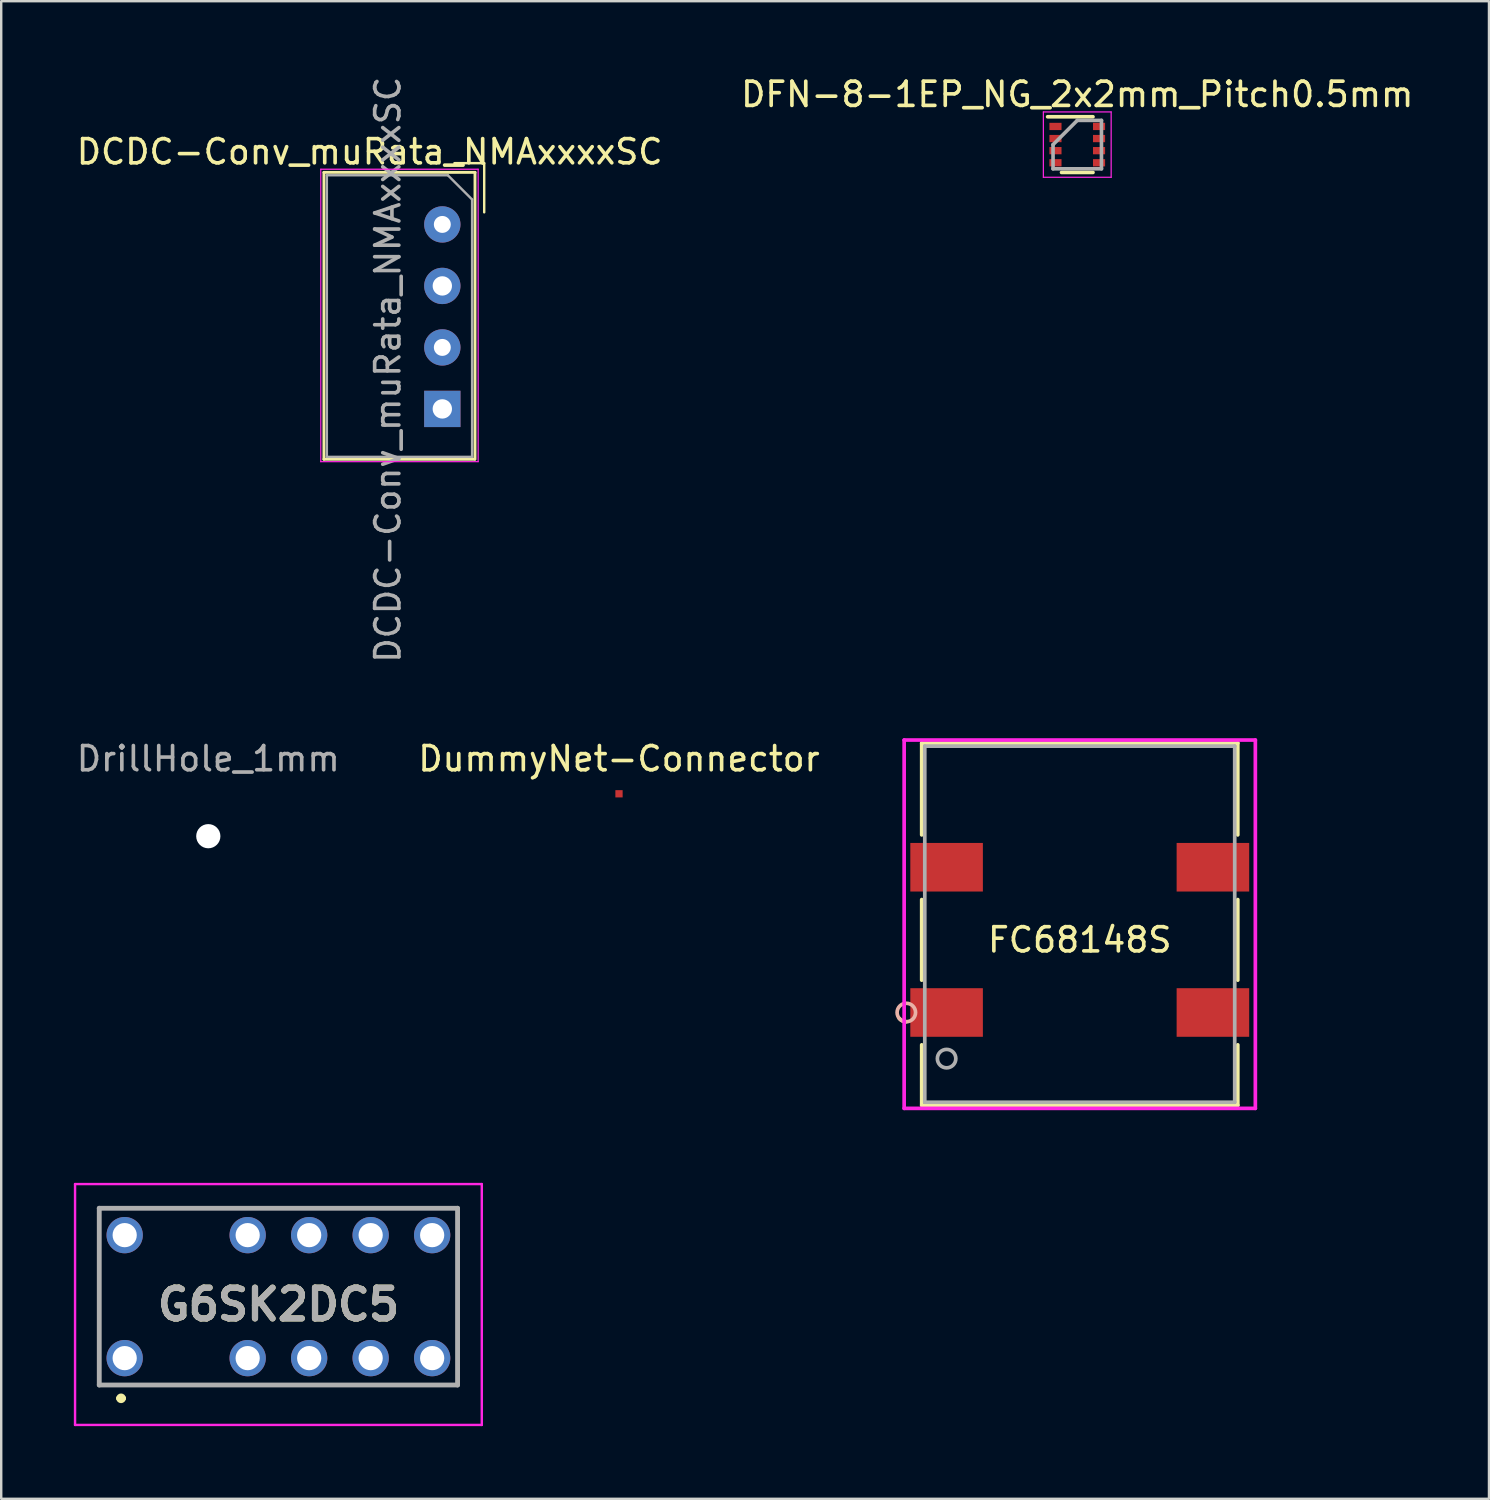
<source format=kicad_pcb>
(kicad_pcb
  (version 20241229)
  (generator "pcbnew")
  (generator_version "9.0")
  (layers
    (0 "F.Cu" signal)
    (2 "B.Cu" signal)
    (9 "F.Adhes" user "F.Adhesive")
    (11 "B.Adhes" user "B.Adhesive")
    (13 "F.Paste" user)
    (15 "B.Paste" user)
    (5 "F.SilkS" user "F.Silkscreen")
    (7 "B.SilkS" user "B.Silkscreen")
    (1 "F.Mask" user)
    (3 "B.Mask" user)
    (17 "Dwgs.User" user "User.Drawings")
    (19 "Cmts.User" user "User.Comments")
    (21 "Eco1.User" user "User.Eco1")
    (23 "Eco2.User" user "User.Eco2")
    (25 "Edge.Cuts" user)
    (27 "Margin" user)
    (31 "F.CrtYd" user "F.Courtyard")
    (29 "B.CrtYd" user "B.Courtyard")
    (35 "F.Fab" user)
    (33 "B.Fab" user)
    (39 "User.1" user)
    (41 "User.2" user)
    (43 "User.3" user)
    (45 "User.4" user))
  (footprint "DFN-8-1EP_NG_2x2mm_Pitch0.5mm"
    (layer "F.Cu")
    (at 41.446 2.923)
    (property "Reference" "DFN-8-1EP_NG_2x2mm_Pitch0.5mm" (at 0 -2.075 0) (layer "F.SilkS") (effects (font (size 1 1) (thickness 0.15))))
    (attr smd)
    (fp_line (start -1.225 -1.15) (end 0.65 -1.15) (stroke (width 0.15) (type solid)) (layer "F.SilkS"))
    (fp_line (start -0.65 1.15) (end 0.65 1.15) (stroke (width 0.15) (type solid)) (layer "F.SilkS"))
    (fp_line (start -1.4 -1.35) (end -1.4 1.35) (stroke (width 0.05) (type solid)) (layer "F.CrtYd"))
    (fp_line (start -1.4 -1.35) (end 1.4 -1.35) (stroke (width 0.05) (type solid)) (layer "F.CrtYd"))
    (fp_line (start -1.4 1.35) (end 1.4 1.35) (stroke (width 0.05) (type solid)) (layer "F.CrtYd"))
    (fp_line (start 1.4 -1.35) (end 1.4 1.35) (stroke (width 0.05) (type solid)) (layer "F.CrtYd"))
    (fp_line (start -1 0) (end 0 -1) (stroke (width 0.15) (type solid)) (layer "F.Fab"))
    (fp_line (start -1 1) (end -1 0) (stroke (width 0.15) (type solid)) (layer "F.Fab"))
    (fp_line (start 0 -1) (end 1 -1) (stroke (width 0.15) (type solid)) (layer "F.Fab"))
    (fp_line (start 1 -1) (end 1 1) (stroke (width 0.15) (type solid)) (layer "F.Fab"))
    (fp_line (start 1 1) (end -1 1) (stroke (width 0.15) (type solid)) (layer "F.Fab"))
    (pad "1" smd rect (at -0.9 -0.75) (size 0.5 0.3) (layers "F.Cu" "F.Mask" "F.Paste"))
    (pad "2" smd rect (at -0.9 -0.25) (size 0.5 0.3) (layers "F.Cu" "F.Mask" "F.Paste"))
    (pad "3" smd rect (at -0.9 0.25) (size 0.5 0.3) (layers "F.Cu" "F.Mask" "F.Paste"))
    (pad "4" smd rect (at -0.9 0.75) (size 0.5 0.3) (layers "F.Cu" "F.Mask" "F.Paste"))
    (pad "5" smd rect (at 0.9 0.75) (size 0.5 0.3) (layers "F.Cu" "F.Mask" "F.Paste"))
    (pad "6" smd rect (at 0.9 0.25) (size 0.5 0.3) (layers "F.Cu" "F.Mask" "F.Paste"))
    (pad "7" smd rect (at 0.9 -0.25) (size 0.5 0.3) (layers "F.Cu" "F.Mask" "F.Paste"))
    (pad "8" smd rect (at 0.9 -0.75) (size 0.5 0.3) (layers "F.Cu" "F.Mask" "F.Paste")))
  (footprint "DCDC-Conv_muRata_NMAxxxxSC"
    (layer "F.Cu")
    (at 15.22 6.22)
    (property "Reference" "DCDC-Conv_muRata_NMAxxxxSC" (at -3 -3 0) (layer "F.SilkS") (effects (font (size 1 1) (thickness 0.15))))
    (attr through_hole)
    (fp_line (start -4.89 -2.15) (end -4.89 9.7) (stroke (width 0.12) (type solid)) (layer "F.SilkS"))
    (fp_line (start -4.89 9.7) (end 1.33 9.7) (stroke (width 0.12) (type solid)) (layer "F.SilkS"))
    (fp_line (start 1.35 -2.15) (end -4.89 -2.15) (stroke (width 0.12) (type solid)) (layer "F.SilkS"))
    (fp_line (start 1.35 9.7) (end 1.35 -2.15) (stroke (width 0.12) (type solid)) (layer "F.SilkS"))
    (fp_line (start 1.73 -2.53) (end 0.5 -2.53) (stroke (width 0.1) (type solid)) (layer "F.SilkS"))
    (fp_line (start 1.73 -2.53) (end 1.73 -0.5) (stroke (width 0.1) (type solid)) (layer "F.SilkS"))
    (fp_line (start -5.02 -2.28) (end -5.02 9.8) (stroke (width 0.05) (type solid)) (layer "F.CrtYd"))
    (fp_line (start -5.02 9.8) (end 1.48 9.8) (stroke (width 0.05) (type solid)) (layer "F.CrtYd"))
    (fp_line (start 1.48 -2.28) (end -5.02 -2.28) (stroke (width 0.05) (type solid)) (layer "F.CrtYd"))
    (fp_line (start 1.48 9.8) (end 1.48 -2.28) (stroke (width 0.05) (type solid)) (layer "F.CrtYd"))
    (fp_line (start -4.77 -2.03) (end -4.77 9.6) (stroke (width 0.1) (type solid)) (layer "F.Fab"))
    (fp_line (start -4.77 9.6) (end 1.23 9.6) (stroke (width 0.1) (type solid)) (layer "F.Fab"))
    (fp_line (start 0.23 -2.03) (end -4.77 -2.03) (stroke (width 0.1) (type solid)) (layer "F.Fab"))
    (fp_line (start 0.23 -2.03) (end 1.23 -1.03) (stroke (width 0.1) (type solid)) (layer "F.Fab"))
    (fp_line (start 1.23 9.6) (end 1.23 -1.03) (stroke (width 0.1) (type solid)) (layer "F.Fab"))
    (fp_text user "${REFERENCE}" (at -2.25 6 90) (layer "F.Fab") (effects (font (size 1 1) (thickness 0.15))))
    (pad "1" thru_hole rect (at 0 7.62) (size 1.5 1.5) (drill 0.8) (layers "*.Cu" "*.Mask"))
    (pad "2" thru_hole oval (at 0 5.08) (size 1.5 1.5) (drill 0.7) (layers "*.Cu" "*.Mask"))
    (pad "3" thru_hole oval (at 0 2.54) (size 1.5 1.5) (drill 0.8) (layers "*.Cu" "*.Mask"))
    (pad "4" thru_hole oval (at 0 0) (size 1.5 1.5) (drill 0.7) (layers "*.Cu" "*.Mask")))
  (footprint "DrillHole_1mm"
    (layer "F.Cu")
    (at 5.554 31.489)
    (property "Reference" "DrillHole_1mm" (at 0 -3.2 0) (layer "F.Fab") (effects (font (size 1 1) (thickness 0.15))))
    (attr exclude_from_pos_files exclude_from_bom)
    (pad "" np_thru_hole circle (at 0 0) (size 1 1) (drill 1) (layers "*.Cu" "*.Mask")))
  (footprint "G6SK2DC5"
    (layer "F.Cu")
    (at 8.45 50.507)
    (property "Reference" "G6SK2DC5" (at 0 0.325 0) (layer "F.SilkS") (effects (font (size 1.27 1.27) (thickness 0.254))))
    (attr through_hole)
    (fp_line (start -7.4 -3.65) (end 7.4 -3.65) (stroke (width 0.1) (type solid)) (layer "F.SilkS"))
    (fp_line (start -7.4 3.65) (end -7.4 -3.65) (stroke (width 0.1) (type solid)) (layer "F.SilkS"))
    (fp_line (start -6.6 4.2) (end -6.6 4.2) (stroke (width 0.2) (type solid)) (layer "F.SilkS"))
    (fp_line (start -6.4 4.2) (end -6.4 4.2) (stroke (width 0.2) (type solid)) (layer "F.SilkS"))
    (fp_line (start 7.4 -3.65) (end 7.4 3.65) (stroke (width 0.1) (type solid)) (layer "F.SilkS"))
    (fp_line (start 7.4 3.65) (end -7.4 3.65) (stroke (width 0.1) (type solid)) (layer "F.SilkS"))
    (fp_arc (start -6.6 4.2) (mid -6.5 4.1) (end -6.4 4.2) (stroke (width 0.2) (type solid)) (layer "F.SilkS"))
    (fp_arc (start -6.4 4.2) (mid -6.5 4.3) (end -6.6 4.2) (stroke (width 0.2) (type solid)) (layer "F.SilkS"))
    (fp_line (start -8.4 -4.65) (end 8.4 -4.65) (stroke (width 0.1) (type solid)) (layer "F.CrtYd"))
    (fp_line (start -8.4 5.3) (end -8.4 -4.65) (stroke (width 0.1) (type solid)) (layer "F.CrtYd"))
    (fp_line (start 8.4 -4.65) (end 8.4 5.3) (stroke (width 0.1) (type solid)) (layer "F.CrtYd"))
    (fp_line (start 8.4 5.3) (end -8.4 5.3) (stroke (width 0.1) (type solid)) (layer "F.CrtYd"))
    (fp_line (start -7.4 -3.65) (end 7.4 -3.65) (stroke (width 0.2) (type solid)) (layer "F.Fab"))
    (fp_line (start -7.4 3.65) (end -7.4 -3.65) (stroke (width 0.2) (type solid)) (layer "F.Fab"))
    (fp_line (start 7.4 -3.65) (end 7.4 3.65) (stroke (width 0.2) (type solid)) (layer "F.Fab"))
    (fp_line (start 7.4 3.65) (end -7.4 3.65) (stroke (width 0.2) (type solid)) (layer "F.Fab"))
    (fp_text user "${REFERENCE}" (at 0 0.325 0) (layer "F.Fab") (effects (font (size 1.27 1.27) (thickness 0.254))))
    (pad "1" thru_hole circle (at -6.35 2.54) (size 1.5 1.5) (drill 1) (layers "*.Cu" "*.Mask"))
    (pad "3" thru_hole circle (at -1.27 2.54) (size 1.5 1.5) (drill 1) (layers "*.Cu" "*.Mask"))
    (pad "4" thru_hole circle (at 1.27 2.54) (size 1.5 1.5) (drill 1) (layers "*.Cu" "*.Mask"))
    (pad "5" thru_hole circle (at 3.81 2.54) (size 1.5 1.5) (drill 1) (layers "*.Cu" "*.Mask"))
    (pad "6" thru_hole circle (at 6.35 2.54) (size 1.5 1.5) (drill 1) (layers "*.Cu" "*.Mask"))
    (pad "7" thru_hole circle (at 6.35 -2.54) (size 1.5 1.5) (drill 1) (layers "*.Cu" "*.Mask"))
    (pad "8" thru_hole circle (at 3.81 -2.54) (size 1.5 1.5) (drill 1) (layers "*.Cu" "*.Mask"))
    (pad "9" thru_hole circle (at 1.27 -2.54) (size 1.5 1.5) (drill 1) (layers "*.Cu" "*.Mask"))
    (pad "10" thru_hole circle (at -1.27 -2.54) (size 1.5 1.5) (drill 1) (layers "*.Cu" "*.Mask"))
    (pad "12" thru_hole circle (at -6.35 -2.54) (size 1.5 1.5) (drill 1) (layers "*.Cu" "*.Mask")))
  (footprint "DummyNet-Connector"
    (layer "F.Cu")
    (at 22.518 29.737)
    (property "Reference" "DummyNet-Connector" (at 0 -1.448 0) (layer "F.SilkS") (effects (font (size 1 1) (thickness 0.15))))
    (attr exclude_from_pos_files exclude_from_bom)
    (pad "1" smd rect (at 0 0) (size 0.3 0.3) (layers "F.Cu")))
  (footprint "FC68148S"
    (layer "F.Cu")
    (at 41.549 35.124)
    (property "Reference" "FC68148S" (at 0 0.647 0) (layer "F.SilkS") (effects (font (size 1 1) (thickness 0.15))))
    (attr through_hole)
    (fp_line (start -6.528 -7.48) (end -6.528 -3.689) (stroke (width 0.152) (type solid)) (layer "F.SilkS"))
    (fp_line (start -6.528 -1.017) (end -6.528 2.311) (stroke (width 0.152) (type solid)) (layer "F.SilkS"))
    (fp_line (start -6.528 4.983) (end -6.528 7.48) (stroke (width 0.152) (type solid)) (layer "F.SilkS"))
    (fp_line (start -6.528 7.48) (end 6.528 7.48) (stroke (width 0.152) (type solid)) (layer "F.SilkS"))
    (fp_line (start 6.528 -7.48) (end -6.528 -7.48) (stroke (width 0.152) (type solid)) (layer "F.SilkS"))
    (fp_line (start 6.528 -3.689) (end 6.528 -7.48) (stroke (width 0.152) (type solid)) (layer "F.SilkS"))
    (fp_line (start 6.528 2.311) (end 6.528 -1.017) (stroke (width 0.152) (type solid)) (layer "F.SilkS"))
    (fp_line (start 6.528 7.48) (end 6.528 4.983) (stroke (width 0.152) (type solid)) (layer "F.SilkS"))
    (fp_arc (start -7.1628 4.027701) (mid -7.321577 3.99304) (end -7.451465 3.895364) (stroke (width 0.1524) (type solid)) (layer "F.SilkS"))
    (fp_circle (center -7.163 3.647) (end -6.782 3.647) (stroke (width 0.152) (type solid)) (fill no) (layer "B.SilkS"))
    (fp_line (start -7.253 -7.607) (end -7.253 7.607) (stroke (width 0.152) (type solid)) (layer "F.CrtYd"))
    (fp_line (start -7.253 7.607) (end 7.253 7.607) (stroke (width 0.152) (type solid)) (layer "F.CrtYd"))
    (fp_line (start 7.253 -7.607) (end -7.253 -7.607) (stroke (width 0.152) (type solid)) (layer "F.CrtYd"))
    (fp_line (start 7.253 7.607) (end 7.253 -7.607) (stroke (width 0.152) (type solid)) (layer "F.CrtYd"))
    (fp_line (start -6.401 -7.353) (end -6.401 7.353) (stroke (width 0.152) (type solid)) (layer "F.Fab"))
    (fp_line (start -6.401 7.353) (end 6.401 7.353) (stroke (width 0.152) (type solid)) (layer "F.Fab"))
    (fp_line (start 6.401 -7.353) (end -6.401 -7.353) (stroke (width 0.152) (type solid)) (layer "F.Fab"))
    (fp_line (start 6.401 7.353) (end 6.401 -7.353) (stroke (width 0.152) (type solid)) (layer "F.Fab"))
    (fp_circle (center -5.5 5.552) (end -5.119 5.552) (stroke (width 0.152) (type solid)) (fill no) (layer "F.Fab"))
    (fp_text user "Copyright 2016 Accelerated Designs. All rights reserved." (at 0 0 0) (layer "Cmts.User") (effects (font (size 0.127 0.127) (thickness 0.002))))
    (pad "1" smd rect (at -5.5 3.647) (size 2.997 2.007) (layers "F.Cu" "F.Mask" "F.Paste"))
    (pad "2" smd rect (at -5.5 -2.353) (size 2.997 2.007) (layers "F.Cu" "F.Mask" "F.Paste"))
    (pad "3" smd rect (at 5.5 3.647) (size 2.997 2.007) (layers "F.Cu" "F.Mask" "F.Paste"))
    (pad "4" smd rect (at 5.5 -2.353) (size 2.997 2.007) (layers "F.Cu" "F.Mask" "F.Paste")))
  (gr_rect
    (start -3 -3)
    (end 58.452 58.857)
    (stroke (width 0.1) (type default))
    (fill no)
    (layer "Edge.Cuts")))
</source>
